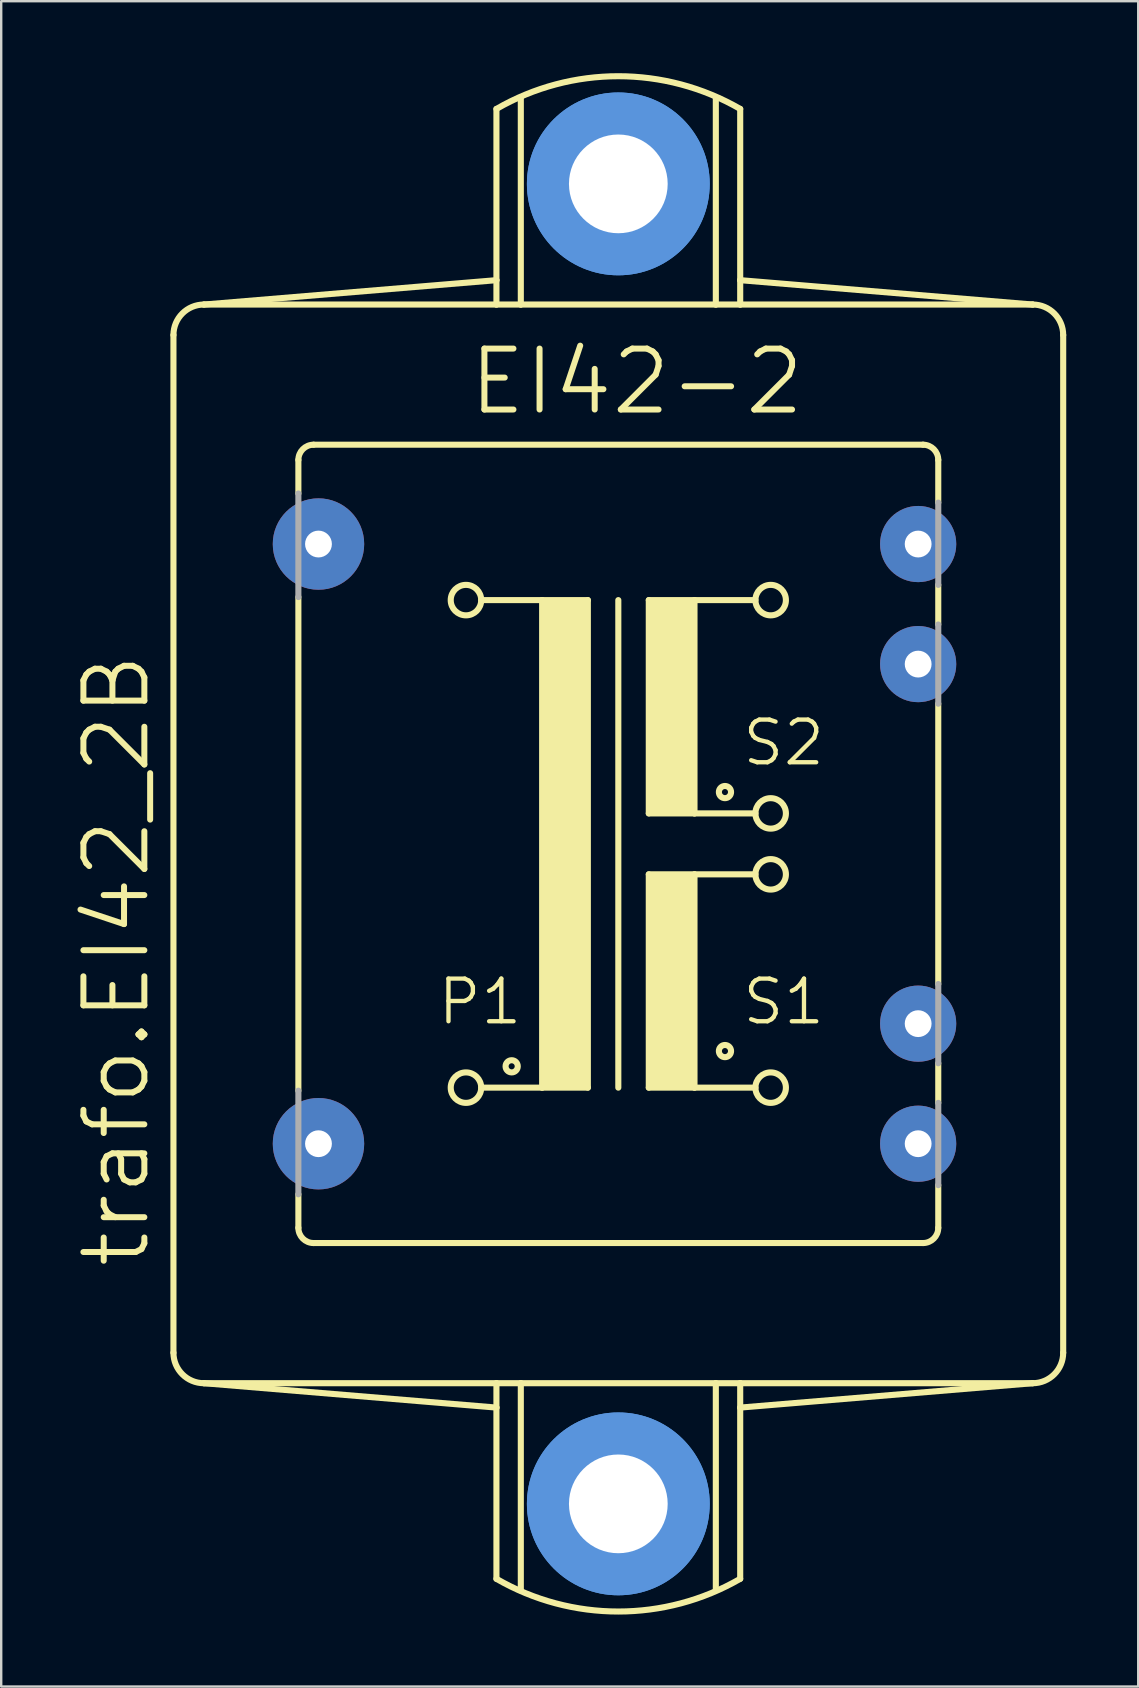
<source format=kicad_pcb>
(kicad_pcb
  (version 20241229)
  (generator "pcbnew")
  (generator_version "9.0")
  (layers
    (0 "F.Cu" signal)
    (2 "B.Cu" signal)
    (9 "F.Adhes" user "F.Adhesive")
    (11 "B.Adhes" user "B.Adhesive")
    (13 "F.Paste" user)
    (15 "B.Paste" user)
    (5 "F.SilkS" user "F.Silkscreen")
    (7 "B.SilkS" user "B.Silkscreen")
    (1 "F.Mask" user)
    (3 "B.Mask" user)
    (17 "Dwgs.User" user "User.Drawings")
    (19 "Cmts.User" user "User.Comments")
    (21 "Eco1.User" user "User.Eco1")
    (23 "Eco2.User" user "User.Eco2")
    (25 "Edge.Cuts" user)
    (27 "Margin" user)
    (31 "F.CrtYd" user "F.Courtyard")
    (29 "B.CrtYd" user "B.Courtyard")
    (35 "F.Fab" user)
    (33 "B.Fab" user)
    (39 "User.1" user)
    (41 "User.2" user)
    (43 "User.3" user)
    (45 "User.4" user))
  (footprint "trafo.EI42_2B"
    (layer "F.Cu")
    (at 22.721 32.122)
    (property "Reference" "trafo.EI42_2B" (at -19.431 17.78 90) (layer "F.SilkS") (effects (font (size 2.54 2.54) (thickness 0.25)) (justify left bottom)))
    (attr through_hole)
    (fp_line (start -18.542 21.209) (end -18.542 -21.209) (stroke (width 0.254) (type default)) (layer "F.SilkS"))
    (fp_line (start -13.335 -14.605) (end -13.335 -16.002) (stroke (width 0.254) (type default)) (layer "F.SilkS"))
    (fp_line (start -13.335 -10.287) (end -13.335 10.287) (stroke (width 0.254) (type default)) (layer "F.SilkS"))
    (fp_line (start -13.335 16.002) (end -13.335 14.605) (stroke (width 0.254) (type default)) (layer "F.SilkS"))
    (fp_line (start -12.7 -16.637) (end 12.7 -16.637) (stroke (width 0.254) (type default)) (layer "F.SilkS"))
    (fp_line (start -12.7 16.637) (end 12.7 16.637) (stroke (width 0.254) (type default)) (layer "F.SilkS"))
    (fp_line (start -5.715 -10.16) (end -3.175 -10.16) (stroke (width 0.254) (type default)) (layer "F.SilkS"))
    (fp_line (start -5.08 -30.632) (end -5.08 -23.495) (stroke (width 0.254) (type default)) (layer "F.SilkS"))
    (fp_line (start -5.08 -23.495) (end -17.272 -22.479) (stroke (width 0.254) (type default)) (layer "F.SilkS"))
    (fp_line (start -5.08 -23.495) (end -5.08 -22.479) (stroke (width 0.254) (type default)) (layer "F.SilkS"))
    (fp_line (start -5.08 -22.479) (end -17.272 -22.479) (stroke (width 0.254) (type default)) (layer "F.SilkS"))
    (fp_line (start -5.08 22.479) (end -17.272 22.479) (stroke (width 0.254) (type default)) (layer "F.SilkS"))
    (fp_line (start -5.08 23.495) (end -17.272 22.479) (stroke (width 0.254) (type default)) (layer "F.SilkS"))
    (fp_line (start -5.08 23.495) (end -5.08 22.479) (stroke (width 0.254) (type default)) (layer "F.SilkS"))
    (fp_line (start -5.08 30.632) (end -5.08 23.495) (stroke (width 0.254) (type default)) (layer "F.SilkS"))
    (fp_line (start -4.064 -22.479) (end -5.08 -22.479) (stroke (width 0.254) (type default)) (layer "F.SilkS"))
    (fp_line (start -4.064 -22.479) (end -4.064 -31.115) (stroke (width 0.254) (type default)) (layer "F.SilkS"))
    (fp_line (start -4.064 -22.479) (end 4.064 -22.479) (stroke (width 0.254) (type default)) (layer "F.SilkS"))
    (fp_line (start -4.064 22.479) (end -5.08 22.479) (stroke (width 0.254) (type default)) (layer "F.SilkS"))
    (fp_line (start -4.064 22.479) (end -4.064 31.115) (stroke (width 0.254) (type default)) (layer "F.SilkS"))
    (fp_line (start -3.175 -10.16) (end -3.175 10.16) (stroke (width 0.254) (type default)) (layer "F.SilkS"))
    (fp_line (start -3.175 -10.16) (end -1.27 -10.16) (stroke (width 0.254) (type default)) (layer "F.SilkS"))
    (fp_line (start -3.175 10.16) (end -5.715 10.16) (stroke (width 0.254) (type default)) (layer "F.SilkS"))
    (fp_line (start -1.27 -10.16) (end -1.27 10.16) (stroke (width 0.254) (type default)) (layer "F.SilkS"))
    (fp_line (start -1.27 10.16) (end -3.175 10.16) (stroke (width 0.254) (type default)) (layer "F.SilkS"))
    (fp_line (start 0 -10.16) (end 0 10.16) (stroke (width 0.254) (type default)) (layer "F.SilkS"))
    (fp_line (start 1.27 -10.16) (end 1.27 -1.27) (stroke (width 0.254) (type default)) (layer "F.SilkS"))
    (fp_line (start 1.27 -10.16) (end 3.175 -10.16) (stroke (width 0.254) (type default)) (layer "F.SilkS"))
    (fp_line (start 1.27 -1.27) (end 3.175 -1.27) (stroke (width 0.254) (type default)) (layer "F.SilkS"))
    (fp_line (start 1.27 1.27) (end 1.27 10.16) (stroke (width 0.254) (type default)) (layer "F.SilkS"))
    (fp_line (start 1.27 1.27) (end 3.175 1.27) (stroke (width 0.254) (type default)) (layer "F.SilkS"))
    (fp_line (start 1.27 10.16) (end 3.175 10.16) (stroke (width 0.254) (type default)) (layer "F.SilkS"))
    (fp_line (start 3.175 -10.16) (end 5.715 -10.16) (stroke (width 0.254) (type default)) (layer "F.SilkS"))
    (fp_line (start 3.175 -1.27) (end 3.175 -10.16) (stroke (width 0.254) (type default)) (layer "F.SilkS"))
    (fp_line (start 3.175 -1.27) (end 5.715 -1.27) (stroke (width 0.254) (type default)) (layer "F.SilkS"))
    (fp_line (start 3.175 1.27) (end 5.715 1.27) (stroke (width 0.254) (type default)) (layer "F.SilkS"))
    (fp_line (start 3.175 10.16) (end 3.175 1.27) (stroke (width 0.254) (type default)) (layer "F.SilkS"))
    (fp_line (start 3.175 10.16) (end 5.715 10.16) (stroke (width 0.254) (type default)) (layer "F.SilkS"))
    (fp_line (start 4.064 -22.479) (end 4.064 -31.115) (stroke (width 0.254) (type default)) (layer "F.SilkS"))
    (fp_line (start 4.064 -22.479) (end 5.08 -22.479) (stroke (width 0.254) (type default)) (layer "F.SilkS"))
    (fp_line (start 4.064 22.479) (end -4.064 22.479) (stroke (width 0.254) (type default)) (layer "F.SilkS"))
    (fp_line (start 4.064 22.479) (end 4.064 31.115) (stroke (width 0.254) (type default)) (layer "F.SilkS"))
    (fp_line (start 5.08 -23.495) (end 5.08 -30.632) (stroke (width 0.254) (type default)) (layer "F.SilkS"))
    (fp_line (start 5.08 -23.495) (end 17.272 -22.479) (stroke (width 0.254) (type default)) (layer "F.SilkS"))
    (fp_line (start 5.08 -22.479) (end 5.08 -23.495) (stroke (width 0.254) (type default)) (layer "F.SilkS"))
    (fp_line (start 5.08 -22.479) (end 17.272 -22.479) (stroke (width 0.254) (type default)) (layer "F.SilkS"))
    (fp_line (start 5.08 22.479) (end 4.064 22.479) (stroke (width 0.254) (type default)) (layer "F.SilkS"))
    (fp_line (start 5.08 23.495) (end 5.08 22.479) (stroke (width 0.254) (type default)) (layer "F.SilkS"))
    (fp_line (start 5.08 30.632) (end 5.08 23.495) (stroke (width 0.254) (type default)) (layer "F.SilkS"))
    (fp_line (start 13.335 -16.002) (end 13.335 -14.224) (stroke (width 0.254) (type default)) (layer "F.SilkS"))
    (fp_line (start 13.335 -10.795) (end 13.335 -9.144) (stroke (width 0.254) (type default)) (layer "F.SilkS"))
    (fp_line (start 13.335 -5.842) (end 13.335 5.842) (stroke (width 0.254) (type default)) (layer "F.SilkS"))
    (fp_line (start 13.335 9.144) (end 13.335 10.795) (stroke (width 0.254) (type default)) (layer "F.SilkS"))
    (fp_line (start 13.335 16.002) (end 13.335 14.224) (stroke (width 0.254) (type default)) (layer "F.SilkS"))
    (fp_line (start 17.272 22.479) (end 5.08 22.479) (stroke (width 0.254) (type default)) (layer "F.SilkS"))
    (fp_line (start 17.272 22.479) (end 5.08 23.495) (stroke (width 0.254) (type default)) (layer "F.SilkS"))
    (fp_line (start 18.542 -21.209) (end 18.542 21.209) (stroke (width 0.254) (type default)) (layer "F.SilkS"))
    (fp_rect (start -3.175 10.16) (end -1.27 -10.16) (stroke (width 0.05) (type default)) (fill yes) (layer "F.SilkS"))
    (fp_rect (start 1.27 -1.27) (end 3.175 -10.16) (stroke (width 0.05) (type default)) (fill yes) (layer "F.SilkS"))
    (fp_rect (start 1.27 10.16) (end 3.175 1.27) (stroke (width 0.05) (type default)) (fill yes) (layer "F.SilkS"))
    (fp_arc (start -18.542 -21.209) (mid -18.170026 -22.107026) (end -17.272 -22.479) (stroke (width 0.254) (type default)) (layer "F.SilkS"))
    (fp_arc (start -17.272 22.479) (mid -18.170026 22.107026) (end -18.542 21.209) (stroke (width 0.254) (type default)) (layer "F.SilkS"))
    (fp_arc (start -13.335 -16.002) (mid -13.149013 -16.451013) (end -12.7 -16.637) (stroke (width 0.254) (type default)) (layer "F.SilkS"))
    (fp_arc (start -12.7 16.637) (mid -13.149013 16.451013) (end -13.335 16.002) (stroke (width 0.254) (type default)) (layer "F.SilkS"))
    (fp_arc (start -5.08 -30.6324) (mid 0 -31.994979) (end 5.08 -30.6324) (stroke (width 0.254) (type default)) (layer "F.SilkS"))
    (fp_arc (start 5.08 30.6324) (mid 0 31.994979) (end -5.08 30.6324) (stroke (width 0.254) (type default)) (layer "F.SilkS"))
    (fp_arc (start 12.7 -16.637) (mid 13.149013 -16.451013) (end 13.335 -16.002) (stroke (width 0.254) (type default)) (layer "F.SilkS"))
    (fp_arc (start 13.335 16.002) (mid 13.149013 16.451013) (end 12.7 16.637) (stroke (width 0.254) (type default)) (layer "F.SilkS"))
    (fp_arc (start 17.272 -22.479) (mid 18.170026 -22.107026) (end 18.542 -21.209) (stroke (width 0.254) (type default)) (layer "F.SilkS"))
    (fp_arc (start 18.542 21.209) (mid 18.170026 22.107026) (end 17.272 22.479) (stroke (width 0.254) (type default)) (layer "F.SilkS"))
    (fp_circle (center -6.35 -10.16) (end -5.715 -10.16) (stroke (width 0.254) (type default)) (fill no) (layer "F.SilkS"))
    (fp_circle (center -6.35 10.16) (end -5.715 10.16) (stroke (width 0.254) (type default)) (fill no) (layer "F.SilkS"))
    (fp_circle (center -4.445 9.271) (end -4.191 9.271) (stroke (width 0.254) (type default)) (fill no) (layer "F.SilkS"))
    (fp_circle (center 4.445 -2.159) (end 4.699 -2.159) (stroke (width 0.254) (type default)) (fill no) (layer "F.SilkS"))
    (fp_circle (center 4.445 8.636) (end 4.699 8.636) (stroke (width 0.254) (type default)) (fill no) (layer "F.SilkS"))
    (fp_circle (center 6.35 -10.16) (end 6.985 -10.16) (stroke (width 0.254) (type default)) (fill no) (layer "F.SilkS"))
    (fp_circle (center 6.35 -1.27) (end 6.985 -1.27) (stroke (width 0.254) (type default)) (fill no) (layer "F.SilkS"))
    (fp_circle (center 6.35 1.27) (end 6.985 1.27) (stroke (width 0.254) (type default)) (fill no) (layer "F.SilkS"))
    (fp_circle (center 6.35 10.16) (end 6.985 10.16) (stroke (width 0.254) (type default)) (fill no) (layer "F.SilkS"))
    (fp_circle (center 0 -27.508) (end 2.921 -27.508) (stroke (width 1.778) (type default)) (fill no) (layer "Cmts.User"))
    (fp_circle (center 0 -27.508) (end 2.921 -27.508) (stroke (width 1.778) (type default)) (fill no) (layer "Cmts.User"))
    (fp_circle (center 0 27.508) (end 2.921 27.508) (stroke (width 1.778) (type default)) (fill no) (layer "Cmts.User"))
    (fp_circle (center 0 27.508) (end 2.921 27.508) (stroke (width 1.778) (type default)) (fill no) (layer "Cmts.User"))
    (fp_line (start -13.335 -10.287) (end -13.335 -14.605) (stroke (width 0.254) (type default)) (layer "F.Fab"))
    (fp_line (start -13.335 10.287) (end -13.335 14.605) (stroke (width 0.254) (type default)) (layer "F.Fab"))
    (fp_line (start 13.335 -10.795) (end 13.335 -14.224) (stroke (width 0.254) (type default)) (layer "F.Fab"))
    (fp_line (start 13.335 -5.842) (end 13.335 -9.144) (stroke (width 0.254) (type default)) (layer "F.Fab"))
    (fp_line (start 13.335 9.144) (end 13.335 5.842) (stroke (width 0.254) (type default)) (layer "F.Fab"))
    (fp_line (start 13.335 14.224) (end 13.335 10.795) (stroke (width 0.254) (type default)) (layer "F.Fab"))
    (fp_text user "P1" (at -7.62 7.62 0) (layer "F.SilkS") (effects (font (size 1.778 1.778) (thickness 0.18)) (justify left bottom)))
    (fp_text user "S2" (at 5.08 -3.175 0) (layer "F.SilkS") (effects (font (size 1.778 1.778) (thickness 0.18)) (justify left bottom)))
    (fp_text user "S1" (at 5.08 7.62 0) (layer "F.SilkS") (effects (font (size 1.778 1.778) (thickness 0.18)) (justify left bottom)))
    (fp_text user "EI42-2" (at -6.35 -17.78 0) (layer "F.SilkS") (effects (font (size 2.54 2.54) (thickness 0.25)) (justify left bottom)))
    (pad "" np_thru_hole circle (at 0 -27.508) (size 4.115 4.115) (drill 4.115) (layers "*.Cu" "*.Mask"))
    (pad "" np_thru_hole circle (at 0 27.508) (size 4.115 4.115) (drill 4.115) (layers "*.Cu" "*.Mask"))
    (pad "1" thru_hole circle (at -12.497 -12.497) (size 3.81 3.81) (drill 1.118) (layers "*.Cu" "*.Mask"))
    (pad "5" thru_hole circle (at -12.497 12.497) (size 3.81 3.81) (drill 1.118) (layers "*.Cu" "*.Mask"))
    (pad "6" thru_hole circle (at 12.497 12.497) (size 3.175 3.175) (drill 1.118) (layers "*.Cu" "*.Mask"))
    (pad "7" thru_hole circle (at 12.497 7.493) (size 3.175 3.175) (drill 1.118) (layers "*.Cu" "*.Mask"))
    (pad "9" thru_hole circle (at 12.497 -7.493) (size 3.175 3.175) (drill 1.118) (layers "*.Cu" "*.Mask"))
    (pad "10" thru_hole circle (at 12.497 -12.497) (size 3.175 3.175) (drill 1.118) (layers "*.Cu" "*.Mask")))
  (gr_rect
    (start -3 -3)
    (end 44.39 67.244)
    (stroke (width 0.1) (type default))
    (fill no)
    (layer "Edge.Cuts")))
</source>
